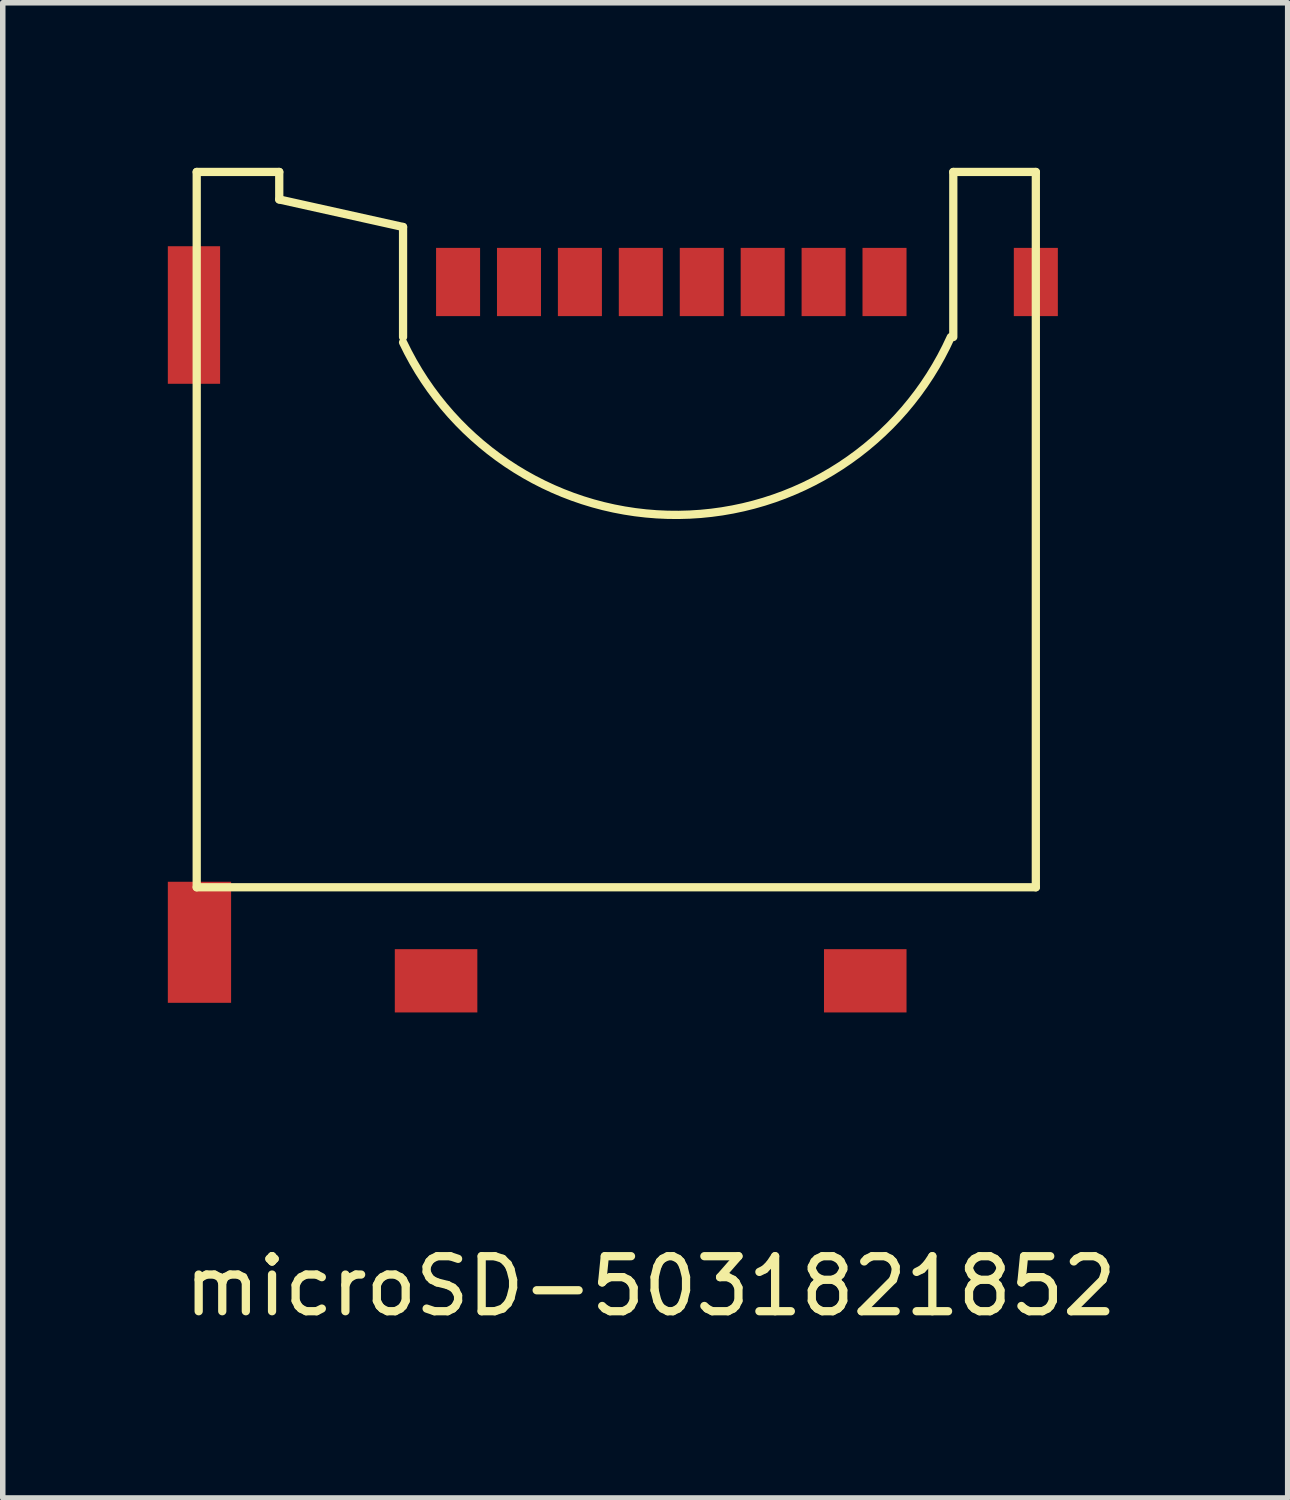
<source format=kicad_pcb>
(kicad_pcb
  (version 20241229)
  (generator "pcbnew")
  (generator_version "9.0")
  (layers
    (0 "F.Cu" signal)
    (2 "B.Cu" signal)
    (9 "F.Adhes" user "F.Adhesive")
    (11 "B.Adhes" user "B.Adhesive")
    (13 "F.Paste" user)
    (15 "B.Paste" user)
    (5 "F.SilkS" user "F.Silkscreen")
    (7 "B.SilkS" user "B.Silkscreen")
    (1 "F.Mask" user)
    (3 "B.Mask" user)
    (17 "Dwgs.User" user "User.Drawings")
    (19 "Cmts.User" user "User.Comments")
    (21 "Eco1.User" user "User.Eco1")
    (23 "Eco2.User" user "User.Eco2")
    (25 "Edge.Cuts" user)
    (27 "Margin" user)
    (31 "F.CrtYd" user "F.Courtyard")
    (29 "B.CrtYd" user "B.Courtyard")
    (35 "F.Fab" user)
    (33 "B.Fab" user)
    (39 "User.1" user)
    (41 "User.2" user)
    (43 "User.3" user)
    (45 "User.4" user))
  (footprint "microSD-5031821852"
    (layer "F.Cu")
    (at 8.775 9.075)
    (property "Reference" "microSD-5031821852" (at 0 11.25 0) (layer "F.SilkS") (effects (font (size 1 1) (thickness 0.15))))
    (attr through_hole)
    (fp_line (start -8.25 -9) (end -6.75 -9) (stroke (width 0.15) (type solid)) (layer "F.SilkS"))
    (fp_line (start -8.25 4) (end -8.25 -9) (stroke (width 0.15) (type solid)) (layer "F.SilkS"))
    (fp_line (start -6.75 -9) (end -6.75 -8.5) (stroke (width 0.15) (type solid)) (layer "F.SilkS"))
    (fp_line (start -6.75 -8.5) (end -4.5 -8) (stroke (width 0.15) (type solid)) (layer "F.SilkS"))
    (fp_line (start -4.5 -8) (end -4.5 -6) (stroke (width 0.15) (type solid)) (layer "F.SilkS"))
    (fp_line (start 5.5 -9) (end 7 -9) (stroke (width 0.15) (type solid)) (layer "F.SilkS"))
    (fp_line (start 5.5 -6) (end 5.5 -9) (stroke (width 0.15) (type solid)) (layer "F.SilkS"))
    (fp_line (start 7 -9) (end 7 4) (stroke (width 0.15) (type solid)) (layer "F.SilkS"))
    (fp_line (start 7 4) (end -8.25 4) (stroke (width 0.15) (type solid)) (layer "F.SilkS"))
    (fp_arc (start 5.45513 -6) (mid 0.508643 -2.767333) (end -4.5 -5.902833) (stroke (width 0.15) (type solid)) (layer "F.SilkS"))
    (pad "1" smd rect (at 4.25 -7) (size 0.8 1.24) (layers "F.Cu" "F.Mask" "F.Paste"))
    (pad "2" smd rect (at 3.143 -7) (size 0.8 1.24) (layers "F.Cu" "F.Mask" "F.Paste"))
    (pad "3" smd rect (at 2.036 -7) (size 0.8 1.24) (layers "F.Cu" "F.Mask" "F.Paste"))
    (pad "4" smd rect (at 0.929 -7) (size 0.8 1.24) (layers "F.Cu" "F.Mask" "F.Paste"))
    (pad "5" smd rect (at -0.179 -7) (size 0.8 1.24) (layers "F.Cu" "F.Mask" "F.Paste"))
    (pad "6" smd rect (at -1.286 -7) (size 0.8 1.24) (layers "F.Cu" "F.Mask" "F.Paste"))
    (pad "7" smd rect (at -2.393 -7) (size 0.8 1.24) (layers "F.Cu" "F.Mask" "F.Paste"))
    (pad "8" smd rect (at -3.5 -7) (size 0.8 1.24) (layers "F.Cu" "F.Mask" "F.Paste"))
    (pad "9" smd rect (at -8.3 -6.4) (size 0.95 2.5) (layers "F.Cu" "F.Mask" "F.Paste"))
    (pad "9" smd rect (at -8.2 5) (size 1.15 2.2) (layers "F.Cu" "F.Mask" "F.Paste"))
    (pad "9" smd rect (at -3.9 5.7) (size 1.5 1.15) (layers "F.Cu" "F.Mask" "F.Paste"))
    (pad "9" smd rect (at 3.9 5.7) (size 1.5 1.15) (layers "F.Cu" "F.Mask" "F.Paste"))
    (pad "9" smd rect (at 7 -7) (size 0.8 1.24) (layers "F.Cu" "F.Mask" "F.Paste")))
  (gr_rect
    (start -3 -3)
    (end 20.352 24.173)
    (stroke (width 0.1) (type default))
    (fill no)
    (layer "Edge.Cuts")))
</source>
